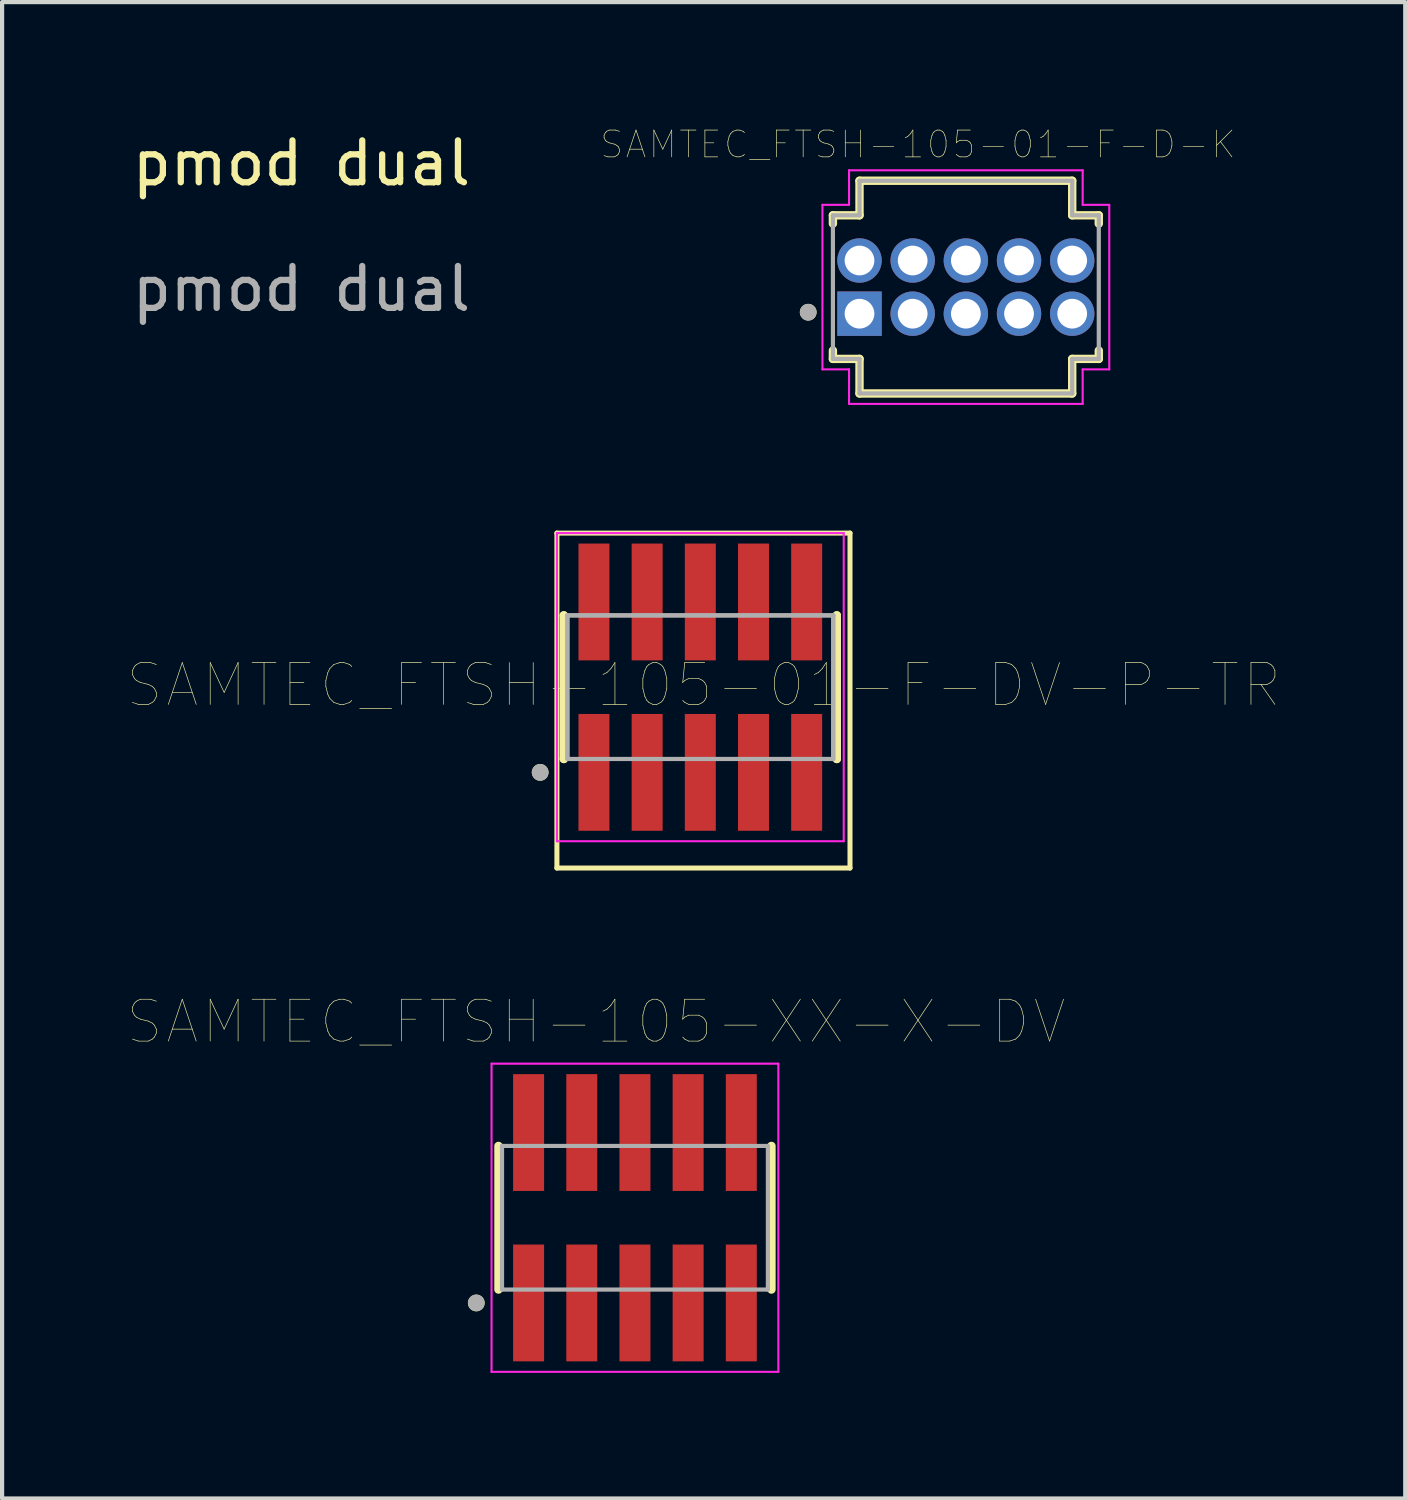
<source format=kicad_pcb>
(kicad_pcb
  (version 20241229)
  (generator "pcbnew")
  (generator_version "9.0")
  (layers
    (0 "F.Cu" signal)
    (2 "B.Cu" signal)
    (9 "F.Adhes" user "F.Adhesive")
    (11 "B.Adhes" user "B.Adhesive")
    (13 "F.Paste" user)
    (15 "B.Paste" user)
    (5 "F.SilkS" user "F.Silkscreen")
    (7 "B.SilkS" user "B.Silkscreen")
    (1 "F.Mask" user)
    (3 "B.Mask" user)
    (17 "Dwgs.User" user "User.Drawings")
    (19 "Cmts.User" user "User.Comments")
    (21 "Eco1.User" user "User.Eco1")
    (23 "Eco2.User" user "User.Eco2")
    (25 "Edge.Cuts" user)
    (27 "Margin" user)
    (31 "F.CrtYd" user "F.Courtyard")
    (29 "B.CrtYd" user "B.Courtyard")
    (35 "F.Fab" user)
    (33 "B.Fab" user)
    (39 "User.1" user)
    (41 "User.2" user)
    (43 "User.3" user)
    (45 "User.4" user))
  (footprint "pmod dual"
    (layer "F.Cu")
    (at 4.149 1.348)
    (property "Reference" "pmod dual" (at 0 -0.5 0) (unlocked yes) (layer "F.SilkS") (effects (font (size 1 1) (thickness 0.15))))
    (fp_text user "${REFERENCE}" (at 0 2.5 0) (unlocked yes) (layer "F.Fab") (effects (font (size 1 1) (thickness 0.15)))))
  (footprint "SAMTEC_FTSH-105-01-F-D-K"
    (layer "F.Cu")
    (at 20.018 3.807)
    (property "Reference" "SAMTEC_FTSH-105-01-F-D-K" (at -1.143 -3.406 0) (layer "F.SilkS") (effects (font (size 0.64 0.64) (thickness 0.015))))
    (fp_line (start -3.175 -1.715) (end -3.175 -1.515) (stroke (width 0.2) (type solid)) (layer "F.SilkS"))
    (fp_line (start -3.175 -1.715) (end -2.54 -1.715) (stroke (width 0.2) (type solid)) (layer "F.SilkS"))
    (fp_line (start -3.175 1.715) (end -3.175 1.515) (stroke (width 0.2) (type solid)) (layer "F.SilkS"))
    (fp_line (start -3.175 1.715) (end -2.54 1.715) (stroke (width 0.2) (type solid)) (layer "F.SilkS"))
    (fp_line (start -2.54 -2.54) (end 2.54 -2.54) (stroke (width 0.2) (type solid)) (layer "F.SilkS"))
    (fp_line (start -2.54 -1.715) (end -2.54 -2.54) (stroke (width 0.2) (type solid)) (layer "F.SilkS"))
    (fp_line (start -2.54 1.715) (end -2.54 2.54) (stroke (width 0.2) (type solid)) (layer "F.SilkS"))
    (fp_line (start -2.54 2.54) (end 2.54 2.54) (stroke (width 0.2) (type solid)) (layer "F.SilkS"))
    (fp_line (start 2.54 -2.54) (end 2.54 -1.715) (stroke (width 0.2) (type solid)) (layer "F.SilkS"))
    (fp_line (start 2.54 -1.715) (end 3.175 -1.715) (stroke (width 0.2) (type solid)) (layer "F.SilkS"))
    (fp_line (start 2.54 1.715) (end 3.175 1.715) (stroke (width 0.2) (type solid)) (layer "F.SilkS"))
    (fp_line (start 2.54 2.54) (end 2.54 1.715) (stroke (width 0.2) (type solid)) (layer "F.SilkS"))
    (fp_line (start 3.175 -1.715) (end 3.175 -1.515) (stroke (width 0.2) (type solid)) (layer "F.SilkS"))
    (fp_line (start 3.175 1.715) (end 3.175 1.515) (stroke (width 0.2) (type solid)) (layer "F.SilkS"))
    (fp_circle (center -3.765 0.6) (end -3.665 0.6) (stroke (width 0.2) (type solid)) (fill no) (layer "F.SilkS"))
    (fp_line (start -3.425 -1.965) (end -2.79 -1.965) (stroke (width 0.05) (type solid)) (layer "F.CrtYd"))
    (fp_line (start -3.425 1.965) (end -3.425 -1.965) (stroke (width 0.05) (type solid)) (layer "F.CrtYd"))
    (fp_line (start -2.79 -2.79) (end 2.79 -2.79) (stroke (width 0.05) (type solid)) (layer "F.CrtYd"))
    (fp_line (start -2.79 -1.965) (end -2.79 -2.79) (stroke (width 0.05) (type solid)) (layer "F.CrtYd"))
    (fp_line (start -2.79 1.965) (end -3.425 1.965) (stroke (width 0.05) (type solid)) (layer "F.CrtYd"))
    (fp_line (start -2.79 2.79) (end -2.79 1.965) (stroke (width 0.05) (type solid)) (layer "F.CrtYd"))
    (fp_line (start 2.79 -2.79) (end 2.79 -1.965) (stroke (width 0.05) (type solid)) (layer "F.CrtYd"))
    (fp_line (start 2.79 -1.965) (end 3.425 -1.965) (stroke (width 0.05) (type solid)) (layer "F.CrtYd"))
    (fp_line (start 2.79 1.965) (end 2.79 2.79) (stroke (width 0.05) (type solid)) (layer "F.CrtYd"))
    (fp_line (start 2.79 2.79) (end -2.79 2.79) (stroke (width 0.05) (type solid)) (layer "F.CrtYd"))
    (fp_line (start 3.425 1.965) (end 2.79 1.965) (stroke (width 0.05) (type solid)) (layer "F.CrtYd"))
    (fp_line (start 3.425 1.965) (end 3.425 -1.965) (stroke (width 0.05) (type solid)) (layer "F.CrtYd"))
    (fp_line (start -3.175 -1.715) (end -3.175 1.715) (stroke (width 0.1) (type solid)) (layer "F.Fab"))
    (fp_line (start -3.175 1.715) (end -2.54 1.715) (stroke (width 0.1) (type solid)) (layer "F.Fab"))
    (fp_line (start -2.54 -2.54) (end 2.54 -2.54) (stroke (width 0.1) (type solid)) (layer "F.Fab"))
    (fp_line (start -2.54 -1.715) (end -3.175 -1.715) (stroke (width 0.1) (type solid)) (layer "F.Fab"))
    (fp_line (start -2.54 -1.715) (end -2.54 -2.54) (stroke (width 0.1) (type solid)) (layer "F.Fab"))
    (fp_line (start -2.54 1.715) (end -2.54 2.54) (stroke (width 0.1) (type solid)) (layer "F.Fab"))
    (fp_line (start -2.54 2.54) (end 2.54 2.54) (stroke (width 0.1) (type solid)) (layer "F.Fab"))
    (fp_line (start 2.54 -2.54) (end 2.54 -1.715) (stroke (width 0.1) (type solid)) (layer "F.Fab"))
    (fp_line (start 2.54 1.715) (end 3.175 1.715) (stroke (width 0.1) (type solid)) (layer "F.Fab"))
    (fp_line (start 2.54 2.54) (end 2.54 1.715) (stroke (width 0.1) (type solid)) (layer "F.Fab"))
    (fp_line (start 3.175 -1.715) (end 2.54 -1.715) (stroke (width 0.1) (type solid)) (layer "F.Fab"))
    (fp_line (start 3.175 1.715) (end 3.175 -1.715) (stroke (width 0.1) (type solid)) (layer "F.Fab"))
    (fp_circle (center -3.765 0.6) (end -3.665 0.6) (stroke (width 0.2) (type solid)) (fill no) (layer "F.Fab"))
    (pad "1" thru_hole rect (at -2.54 0.635) (size 1.06 1.06) (drill 0.71) (layers "*.Cu" "*.Mask"))
    (pad "2" thru_hole circle (at -2.54 -0.635) (size 1.06 1.06) (drill 0.71) (layers "*.Cu" "*.Mask"))
    (pad "3" thru_hole circle (at -1.27 0.635) (size 1.06 1.06) (drill 0.71) (layers "*.Cu" "*.Mask"))
    (pad "4" thru_hole circle (at -1.27 -0.635) (size 1.06 1.06) (drill 0.71) (layers "*.Cu" "*.Mask"))
    (pad "5" thru_hole circle (at 0 0.635) (size 1.06 1.06) (drill 0.71) (layers "*.Cu" "*.Mask"))
    (pad "6" thru_hole circle (at 0 -0.635) (size 1.06 1.06) (drill 0.71) (layers "*.Cu" "*.Mask"))
    (pad "7" thru_hole circle (at 1.27 0.635) (size 1.06 1.06) (drill 0.71) (layers "*.Cu" "*.Mask"))
    (pad "8" thru_hole circle (at 1.27 -0.635) (size 1.06 1.06) (drill 0.71) (layers "*.Cu" "*.Mask"))
    (pad "9" thru_hole circle (at 2.54 0.635) (size 1.06 1.06) (drill 0.71) (layers "*.Cu" "*.Mask"))
    (pad "10" thru_hole circle (at 2.54 -0.635) (size 1.06 1.06) (drill 0.71) (layers "*.Cu" "*.Mask")))
  (footprint "SAMTEC_FTSH-105-XX-X-DV"
    (layer "F.Cu")
    (at 12.115 26.034)
    (property "Reference" "SAMTEC_FTSH-105-XX-X-DV" (at -0.931 -4.681 0) (layer "F.SilkS") (effects (font (size 1 1) (thickness 0.015))))
    (attr through_hole)
    (fp_line (start -3.26 -1.715) (end -3.26 1.715) (stroke (width 0.2) (type solid)) (layer "F.SilkS"))
    (fp_line (start 3.26 1.715) (end 3.26 -1.715) (stroke (width 0.2) (type solid)) (layer "F.SilkS"))
    (fp_circle (center -3.79 2.035) (end -3.69 2.035) (stroke (width 0.2) (type solid)) (fill no) (layer "F.SilkS"))
    (fp_line (start -3.425 -3.68) (end 3.425 -3.68) (stroke (width 0.05) (type solid)) (layer "F.CrtYd"))
    (fp_line (start -3.425 3.68) (end -3.425 -3.68) (stroke (width 0.05) (type solid)) (layer "F.CrtYd"))
    (fp_line (start 3.425 -3.68) (end 3.425 3.68) (stroke (width 0.05) (type solid)) (layer "F.CrtYd"))
    (fp_line (start 3.425 3.68) (end -3.425 3.68) (stroke (width 0.05) (type solid)) (layer "F.CrtYd"))
    (fp_line (start -3.175 1.715) (end -3.175 -1.715) (stroke (width 0.1) (type solid)) (layer "F.Fab"))
    (fp_line (start -3.175 1.715) (end 3.175 1.715) (stroke (width 0.1) (type solid)) (layer "F.Fab"))
    (fp_line (start 3.175 -1.715) (end -3.175 -1.715) (stroke (width 0.1) (type solid)) (layer "F.Fab"))
    (fp_line (start 3.175 1.715) (end 3.175 -1.715) (stroke (width 0.1) (type solid)) (layer "F.Fab"))
    (fp_circle (center -3.79 2.035) (end -3.69 2.035) (stroke (width 0.2) (type solid)) (fill no) (layer "F.Fab"))
    (pad "01" smd rect (at -2.54 2.035) (size 0.74 2.79) (layers "F.Cu" "F.Mask" "F.Paste"))
    (pad "02" smd rect (at -2.54 -2.035) (size 0.74 2.79) (layers "F.Cu" "F.Mask" "F.Paste"))
    (pad "03" smd rect (at -1.27 2.035) (size 0.74 2.79) (layers "F.Cu" "F.Mask" "F.Paste"))
    (pad "04" smd rect (at -1.27 -2.035) (size 0.74 2.79) (layers "F.Cu" "F.Mask" "F.Paste"))
    (pad "05" smd rect (at 0 2.035) (size 0.74 2.79) (layers "F.Cu" "F.Mask" "F.Paste"))
    (pad "06" smd rect (at 0 -2.035) (size 0.74 2.79) (layers "F.Cu" "F.Mask" "F.Paste"))
    (pad "07" smd rect (at 1.27 2.035) (size 0.74 2.79) (layers "F.Cu" "F.Mask" "F.Paste"))
    (pad "08" smd rect (at 1.27 -2.035) (size 0.74 2.79) (layers "F.Cu" "F.Mask" "F.Paste"))
    (pad "09" smd rect (at 2.54 2.035) (size 0.74 2.79) (layers "F.Cu" "F.Mask" "F.Paste"))
    (pad "10" smd rect (at 2.54 -2.035) (size 0.74 2.79) (layers "F.Cu" "F.Mask" "F.Paste")))
  (footprint "SAMTEC_FTSH-105-01-F-DV-P-TR"
    (layer "F.Cu")
    (at 13.676 13.362)
    (property "Reference" "SAMTEC_FTSH-105-01-F-DV-P-TR" (at 0.08 -0.05 0) (layer "F.SilkS") (effects (font (size 1 1) (thickness 0.015))))
    (fp_line (start -3.425 -3.68) (end 3.575 -3.68) (stroke (width 0.12) (type solid)) (layer "F.SilkS"))
    (fp_line (start -3.425 4.32) (end -3.425 -3.68) (stroke (width 0.12) (type solid)) (layer "F.SilkS"))
    (fp_line (start -3.26 -1.715) (end -3.26 -1.715) (stroke (width 0.2) (type solid)) (layer "F.SilkS"))
    (fp_line (start -3.26 1.715) (end -3.26 -1.715) (stroke (width 0.2) (type solid)) (layer "F.SilkS"))
    (fp_line (start -3.26 1.715) (end -3.26 1.715) (stroke (width 0.2) (type solid)) (layer "F.SilkS"))
    (fp_line (start 3.26 -1.715) (end 3.26 -1.715) (stroke (width 0.2) (type solid)) (layer "F.SilkS"))
    (fp_line (start 3.26 -1.715) (end 3.26 1.715) (stroke (width 0.2) (type solid)) (layer "F.SilkS"))
    (fp_line (start 3.26 1.715) (end 3.26 1.715) (stroke (width 0.2) (type solid)) (layer "F.SilkS"))
    (fp_line (start 3.575 -3.68) (end 3.575 4.32) (stroke (width 0.12) (type solid)) (layer "F.SilkS"))
    (fp_line (start 3.575 4.32) (end -3.425 4.32) (stroke (width 0.12) (type solid)) (layer "F.SilkS"))
    (fp_circle (center -3.825 2.035) (end -3.725 2.035) (stroke (width 0.2) (type solid)) (fill no) (layer "F.SilkS"))
    (fp_line (start -3.425 -3.68) (end 3.425 -3.68) (stroke (width 0.05) (type solid)) (layer "F.CrtYd"))
    (fp_line (start -3.425 3.68) (end -3.425 -3.68) (stroke (width 0.05) (type solid)) (layer "F.CrtYd"))
    (fp_line (start 3.425 -3.68) (end 3.425 3.68) (stroke (width 0.05) (type solid)) (layer "F.CrtYd"))
    (fp_line (start 3.425 3.68) (end -3.425 3.68) (stroke (width 0.05) (type solid)) (layer "F.CrtYd"))
    (fp_line (start -3.175 -1.715) (end 3.175 -1.715) (stroke (width 0.1) (type solid)) (layer "F.Fab"))
    (fp_line (start -3.175 -1.715) (end 3.175 -1.715) (stroke (width 0.1) (type solid)) (layer "F.Fab"))
    (fp_line (start -3.175 1.715) (end -3.175 -1.715) (stroke (width 0.1) (type solid)) (layer "F.Fab"))
    (fp_line (start -3.175 1.715) (end -3.175 -1.715) (stroke (width 0.1) (type solid)) (layer "F.Fab"))
    (fp_line (start 3.175 -1.715) (end 3.175 1.715) (stroke (width 0.1) (type solid)) (layer "F.Fab"))
    (fp_line (start 3.175 -1.715) (end 3.175 1.715) (stroke (width 0.1) (type solid)) (layer "F.Fab"))
    (fp_line (start 3.175 1.715) (end -3.175 1.715) (stroke (width 0.1) (type solid)) (layer "F.Fab"))
    (fp_circle (center -3.825 2.035) (end -3.725 2.035) (stroke (width 0.2) (type solid)) (fill no) (layer "F.Fab"))
    (pad "1" smd rect (at -2.54 2.035) (size 0.74 2.79) (layers "F.Cu" "F.Mask" "F.Paste"))
    (pad "2" smd rect (at -2.54 -2.035) (size 0.74 2.79) (layers "F.Cu" "F.Mask" "F.Paste"))
    (pad "3" smd rect (at -1.27 2.035) (size 0.74 2.79) (layers "F.Cu" "F.Mask" "F.Paste"))
    (pad "4" smd rect (at -1.27 -2.035) (size 0.74 2.79) (layers "F.Cu" "F.Mask" "F.Paste"))
    (pad "5" smd rect (at 0 2.035) (size 0.74 2.79) (layers "F.Cu" "F.Mask" "F.Paste"))
    (pad "6" smd rect (at 0 -2.035) (size 0.74 2.79) (layers "F.Cu" "F.Mask" "F.Paste"))
    (pad "7" smd rect (at 1.27 2.035) (size 0.74 2.79) (layers "F.Cu" "F.Mask" "F.Paste"))
    (pad "8" smd rect (at 1.27 -2.035) (size 0.74 2.79) (layers "F.Cu" "F.Mask" "F.Paste"))
    (pad "9" smd rect (at 2.54 2.035) (size 0.74 2.79) (layers "F.Cu" "F.Mask" "F.Paste"))
    (pad "10" smd rect (at 2.54 -2.035) (size 0.74 2.79) (layers "F.Cu" "F.Mask" "F.Paste")))
  (gr_rect
    (start -3 -3)
    (end 30.512 32.739)
    (stroke (width 0.1) (type default))
    (fill no)
    (layer "Edge.Cuts")))
</source>
